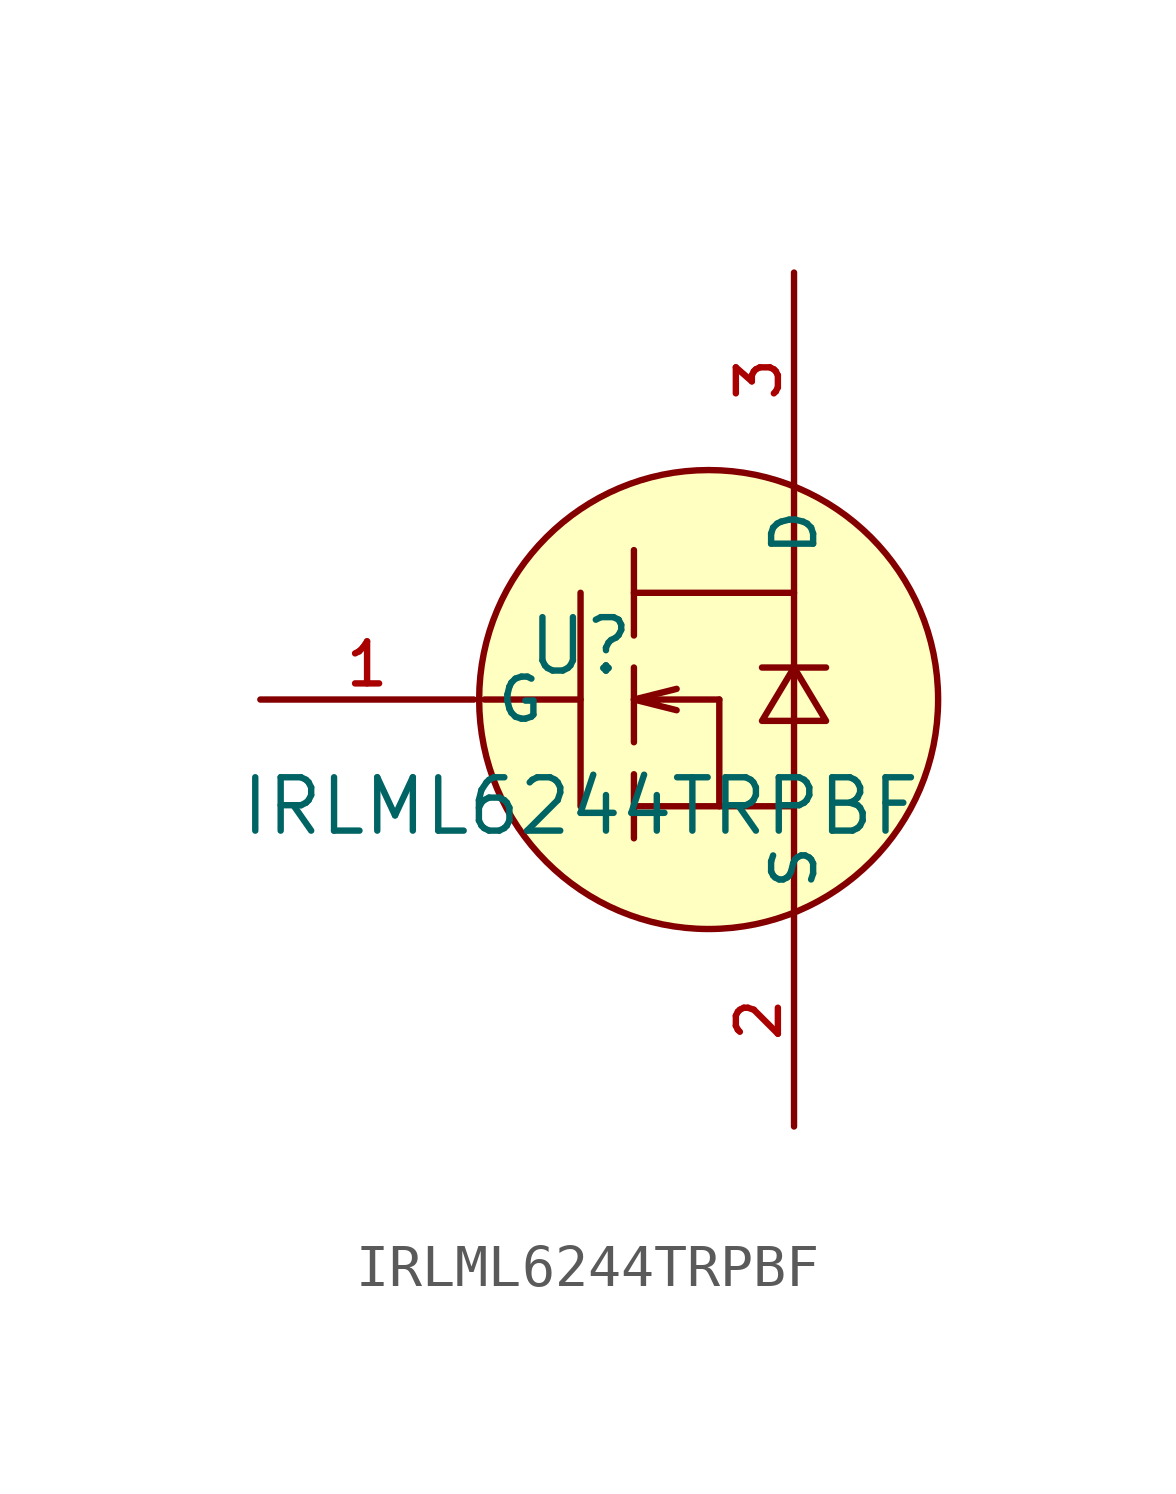
<source format=kicad_sym>
(kicad_symbol_lib
  (version 20210201)
  (generator TousstNicolas/JLC2KiCad_lib)
  (symbol "IRLML6244TRPBF"
    (property "Reference" "U"
      (at 0 1.27 0)
      (effects (font (size 1.27 1.27))))
    (property "Value" "IRLML6244TRPBF"
      (at 0 -2.54 0)
      (effects (font (size 1.27 1.27))))
    (symbol "IRLML6244TRPBF_0_1"
      (polyline (pts (xy 0.0 2.54) (xy 0.0 -2.54)) (stroke (width 0) (type default) (color 0 0 0 0)) (fill (type none)))
      (polyline (pts (xy 1.27 3.556) (xy 1.27 1.524)) (stroke (width 0) (type default) (color 0 0 0 0)) (fill (type none)))
      (polyline (pts (xy 1.27 0.762) (xy 1.27 -1.016)) (stroke (width 0) (type default) (color 0 0 0 0)) (fill (type none)))
      (polyline (pts (xy 1.27 -1.778) (xy 1.27 -3.302)) (stroke (width 0) (type default) (color 0 0 0 0)) (fill (type none)))
      (polyline (pts (xy 1.27 2.54) (xy 5.08 2.54)) (stroke (width 0) (type default) (color 0 0 0 0)) (fill (type none)))
      (polyline (pts (xy 5.08 5.08) (xy 5.08 -5.08)) (stroke (width 0) (type default) (color 0 0 0 0)) (fill (type none)))
      (polyline (pts (xy 1.27 -2.54) (xy 5.08 -2.54)) (stroke (width 0) (type default) (color 0 0 0 0)) (fill (type none)))
      (polyline (pts (xy 3.302 -0.0) (xy 3.302 -2.54)) (stroke (width 0) (type default) (color 0 0 0 0)) (fill (type none)))
      (circle (center 3.048 -0.0) (radius 5.461) (stroke (width 0) (type default) (color 0 0 0 0)) (fill (type background)))
      (polyline (pts (xy 0.0 -0.0) (xy -2.286 -0.0)) (stroke (width 0) (type default) (color 0 0 0 0)) (fill (type none)))
      (pin unspecified line (at -7.62 -0.0 0) (length 5.08) (name "G" (effects (font (size 1 1)))) (number "1" (effects (font (size 1 1)))))
      (pin unspecified line (at 5.08 -10.16 90) (length 5.08) (name "S" (effects (font (size 1 1)))) (number "2" (effects (font (size 1 1)))))
      (pin unspecified line (at 5.08 10.16 270) (length 5.08) (name "D" (effects (font (size 1 1)))) (number "3" (effects (font (size 1 1)))))
      (polyline (pts (xy 3.302 -0.0) (xy 1.27 -0.0) (xy 2.286 -0.254)) (stroke (width 0) (type default) (color 0 0 0 0)) (fill (type none)))
      (polyline (pts (xy 1.27 -0.0) (xy 2.286 0.254)) (stroke (width 0) (type default) (color 0 0 0 0)) (fill (type none)))
      (polyline (pts (xy 5.842 -0.508) (xy 4.318 -0.508) (xy 5.08 0.762) (xy 5.842 -0.508)) (stroke (width 0) (type default) (color 0 0 0 0)) (fill (type none)))
      (polyline (pts (xy 5.842 0.762) (xy 4.318 0.762)) (stroke (width 0) (type default) (color 0 0 0 0)) (fill (type none))))))
</source>
